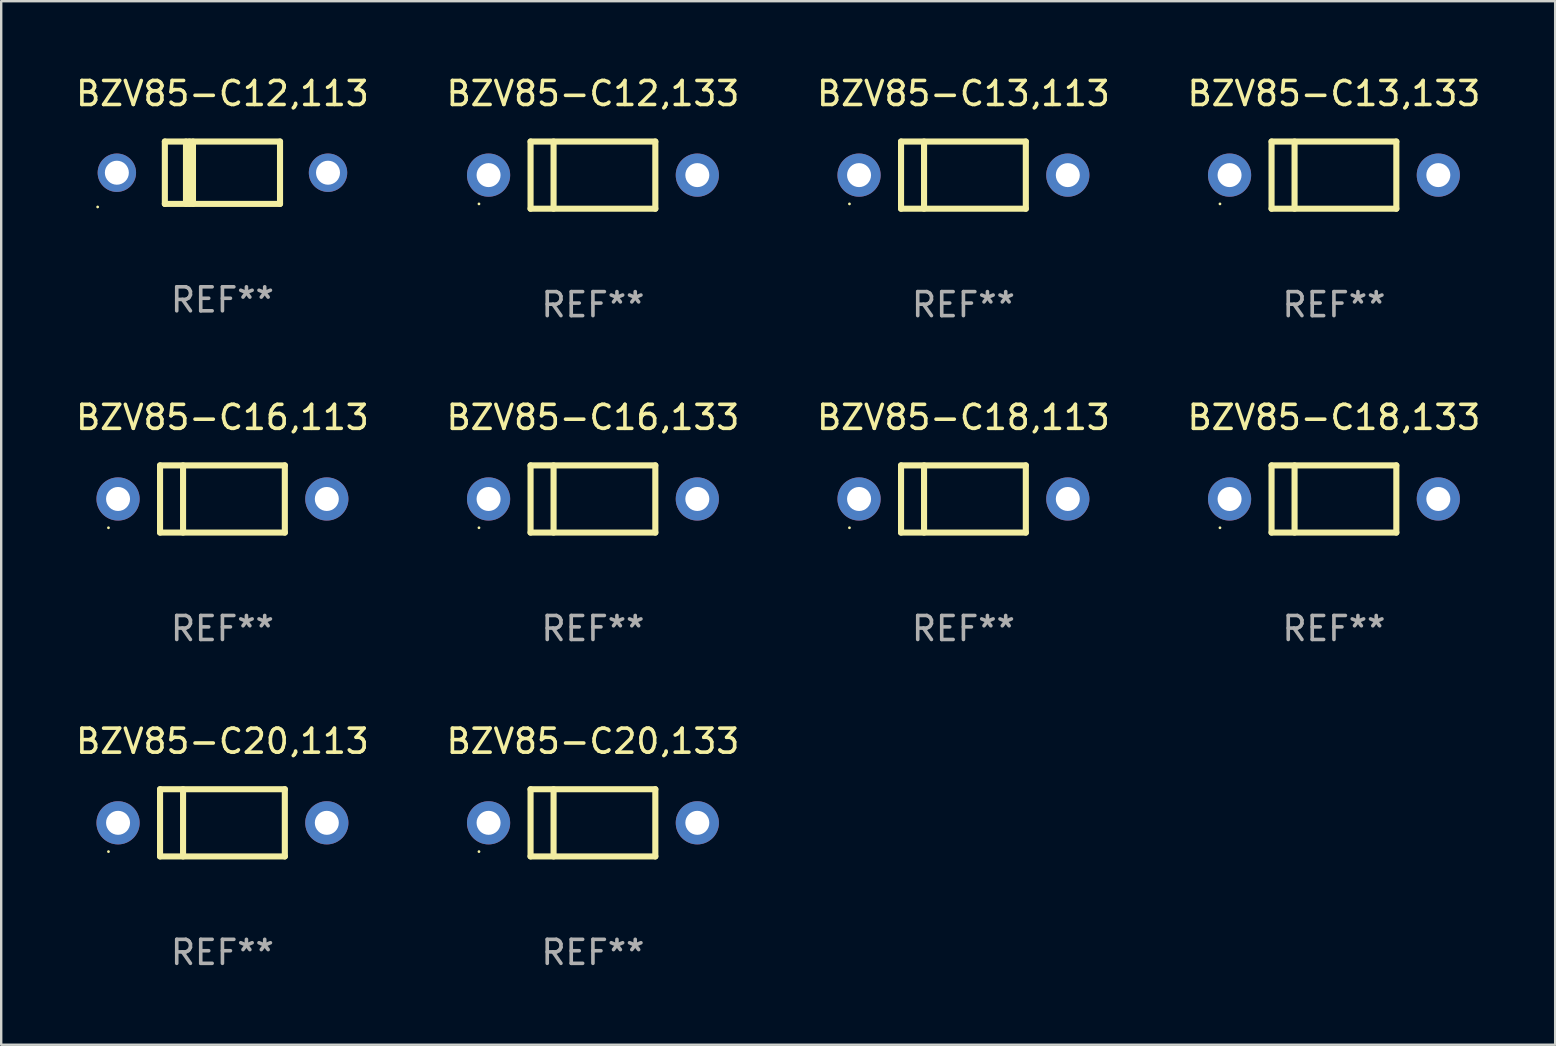
<source format=kicad_pcb>
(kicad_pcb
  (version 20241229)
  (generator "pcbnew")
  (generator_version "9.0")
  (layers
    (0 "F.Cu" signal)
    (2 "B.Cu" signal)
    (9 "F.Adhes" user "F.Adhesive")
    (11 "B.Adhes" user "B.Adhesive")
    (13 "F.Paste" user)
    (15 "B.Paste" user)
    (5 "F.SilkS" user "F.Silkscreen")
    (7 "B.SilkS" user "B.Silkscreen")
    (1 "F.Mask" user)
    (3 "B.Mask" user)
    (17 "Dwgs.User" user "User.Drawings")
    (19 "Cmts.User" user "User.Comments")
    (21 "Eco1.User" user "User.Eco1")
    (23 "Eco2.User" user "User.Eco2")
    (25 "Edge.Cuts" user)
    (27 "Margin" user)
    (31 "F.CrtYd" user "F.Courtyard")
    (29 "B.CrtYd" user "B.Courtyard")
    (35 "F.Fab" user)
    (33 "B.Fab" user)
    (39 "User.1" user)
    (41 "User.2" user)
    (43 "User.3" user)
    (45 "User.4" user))
  (footprint "BZV85-C16,113"
    (layer "F.Cu")
    (at 6.22 17.745)
    (property "Reference" "BZV85-C16,113" (at 0 -3.4 0) (layer "F.SilkS") (effects (font (size 1 1) (thickness 0.15))))
    (attr through_hole)
    (fp_line (start -2.6 -1.4) (end -2.6 1.4) (stroke (width 0.254) (type solid)) (layer "F.SilkS"))
    (fp_line (start -2.6 -1.4) (end 2.6 -1.4) (stroke (width 0.254) (type solid)) (layer "F.SilkS"))
    (fp_line (start -2.6 1.4) (end 2.6 1.4) (stroke (width 0.254) (type solid)) (layer "F.SilkS"))
    (fp_line (start -1.641 -1.4) (end -1.641 1.4) (stroke (width 0.254) (type solid)) (layer "F.SilkS"))
    (fp_line (start 2.6 -1.4) (end 2.6 1.4) (stroke (width 0.254) (type solid)) (layer "F.SilkS"))
    (fp_circle (center -4.75 1.2) (end -4.72 1.2) (stroke (width 0.06) (type solid)) (fill no) (layer "F.SilkS"))
    (fp_text user "REF**" (at 0 5.4 0) (layer "F.Fab") (effects (font (size 1 1) (thickness 0.15))))
    (pad "1" thru_hole circle (at -4.35 0) (size 1.8 1.8) (drill 1) (layers "*.Cu" "*.Mask"))
    (pad "2" thru_hole circle (at 4.35 0) (size 1.8 1.8) (drill 1) (layers "*.Cu" "*.Mask")))
  (footprint "BZV85-C18,133"
    (layer "F.Cu")
    (at 52.542 17.745)
    (property "Reference" "BZV85-C18,133" (at 0 -3.4 0) (layer "F.SilkS") (effects (font (size 1 1) (thickness 0.15))))
    (attr through_hole)
    (fp_line (start -2.6 -1.4) (end -2.6 1.4) (stroke (width 0.254) (type solid)) (layer "F.SilkS"))
    (fp_line (start -2.6 -1.4) (end 2.6 -1.4) (stroke (width 0.254) (type solid)) (layer "F.SilkS"))
    (fp_line (start -2.6 1.4) (end 2.6 1.4) (stroke (width 0.254) (type solid)) (layer "F.SilkS"))
    (fp_line (start -1.641 -1.4) (end -1.641 1.4) (stroke (width 0.254) (type solid)) (layer "F.SilkS"))
    (fp_line (start 2.6 -1.4) (end 2.6 1.4) (stroke (width 0.254) (type solid)) (layer "F.SilkS"))
    (fp_circle (center -4.75 1.2) (end -4.72 1.2) (stroke (width 0.06) (type solid)) (fill no) (layer "F.SilkS"))
    (fp_text user "REF**" (at 0 5.4 0) (layer "F.Fab") (effects (font (size 1 1) (thickness 0.15))))
    (pad "1" thru_hole circle (at -4.35 0) (size 1.8 1.8) (drill 1) (layers "*.Cu" "*.Mask"))
    (pad "2" thru_hole circle (at 4.35 0) (size 1.8 1.8) (drill 1) (layers "*.Cu" "*.Mask")))
  (footprint "BZV85-C12,133"
    (layer "F.Cu")
    (at 21.661 4.248)
    (property "Reference" "BZV85-C12,133" (at 0 -3.4 0) (layer "F.SilkS") (effects (font (size 1 1) (thickness 0.15))))
    (attr through_hole)
    (fp_line (start -2.6 -1.4) (end -2.6 1.4) (stroke (width 0.254) (type solid)) (layer "F.SilkS"))
    (fp_line (start -2.6 -1.4) (end 2.6 -1.4) (stroke (width 0.254) (type solid)) (layer "F.SilkS"))
    (fp_line (start -2.6 1.4) (end 2.6 1.4) (stroke (width 0.254) (type solid)) (layer "F.SilkS"))
    (fp_line (start -1.641 -1.4) (end -1.641 1.4) (stroke (width 0.254) (type solid)) (layer "F.SilkS"))
    (fp_line (start 2.6 -1.4) (end 2.6 1.4) (stroke (width 0.254) (type solid)) (layer "F.SilkS"))
    (fp_circle (center -4.75 1.2) (end -4.72 1.2) (stroke (width 0.06) (type solid)) (fill no) (layer "F.SilkS"))
    (fp_text user "REF**" (at 0 5.4 0) (layer "F.Fab") (effects (font (size 1 1) (thickness 0.15))))
    (pad "1" thru_hole circle (at -4.35 0) (size 1.8 1.8) (drill 1) (layers "*.Cu" "*.Mask"))
    (pad "2" thru_hole circle (at 4.35 0) (size 1.8 1.8) (drill 1) (layers "*.Cu" "*.Mask")))
  (footprint "BZV85-C12,113"
    (layer "F.Cu")
    (at 6.22 4.148)
    (property "Reference" "BZV85-C12,113" (at 0 -3.3 0) (layer "F.SilkS") (effects (font (size 1 1) (thickness 0.15))))
    (attr through_hole)
    (fp_line (start -2.4 -1.3) (end -2.4 1.3) (stroke (width 0.254) (type solid)) (layer "F.SilkS"))
    (fp_line (start -2.4 -1.3) (end 2.4 -1.3) (stroke (width 0.254) (type solid)) (layer "F.SilkS"))
    (fp_line (start -2.4 1.3) (end 2.4 1.3) (stroke (width 0.254) (type solid)) (layer "F.SilkS"))
    (fp_line (start -1.519 -1.3) (end -1.519 1.3) (stroke (width 0.254) (type solid)) (layer "F.SilkS"))
    (fp_line (start -1.374 -1.3) (end -1.374 1.3) (stroke (width 0.254) (type solid)) (layer "F.SilkS"))
    (fp_line (start -1.228 -1.3) (end -1.228 1.3) (stroke (width 0.254) (type solid)) (layer "F.SilkS"))
    (fp_line (start 2.4 -1.3) (end 2.4 1.3) (stroke (width 0.254) (type solid)) (layer "F.SilkS"))
    (fp_circle (center -5.2 1.427) (end -5.17 1.427) (stroke (width 0.06) (type solid)) (fill no) (layer "F.SilkS"))
    (fp_text user "REF**" (at 0 5.3 0) (layer "F.Fab") (effects (font (size 1 1) (thickness 0.15))))
    (pad "1" thru_hole circle (at -4.4 0.000013) (size 1.6 1.6) (drill 1) (layers "*.Cu" "*.Mask"))
    (pad "2" thru_hole circle (at 4.4 0.000013) (size 1.6 1.6) (drill 1) (layers "*.Cu" "*.Mask")))
  (footprint "BZV85-C18,113"
    (layer "F.Cu")
    (at 37.101 17.745)
    (property "Reference" "BZV85-C18,113" (at 0 -3.4 0) (layer "F.SilkS") (effects (font (size 1 1) (thickness 0.15))))
    (attr through_hole)
    (fp_line (start -2.6 -1.4) (end -2.6 1.4) (stroke (width 0.254) (type solid)) (layer "F.SilkS"))
    (fp_line (start -2.6 -1.4) (end 2.6 -1.4) (stroke (width 0.254) (type solid)) (layer "F.SilkS"))
    (fp_line (start -2.6 1.4) (end 2.6 1.4) (stroke (width 0.254) (type solid)) (layer "F.SilkS"))
    (fp_line (start -1.641 -1.4) (end -1.641 1.4) (stroke (width 0.254) (type solid)) (layer "F.SilkS"))
    (fp_line (start 2.6 -1.4) (end 2.6 1.4) (stroke (width 0.254) (type solid)) (layer "F.SilkS"))
    (fp_circle (center -4.75 1.2) (end -4.72 1.2) (stroke (width 0.06) (type solid)) (fill no) (layer "F.SilkS"))
    (fp_text user "REF**" (at 0 5.4 0) (layer "F.Fab") (effects (font (size 1 1) (thickness 0.15))))
    (pad "1" thru_hole circle (at -4.35 0) (size 1.8 1.8) (drill 1) (layers "*.Cu" "*.Mask"))
    (pad "2" thru_hole circle (at 4.35 0) (size 1.8 1.8) (drill 1) (layers "*.Cu" "*.Mask")))
  (footprint "BZV85-C16,133"
    (layer "F.Cu")
    (at 21.661 17.745)
    (property "Reference" "BZV85-C16,133" (at 0 -3.4 0) (layer "F.SilkS") (effects (font (size 1 1) (thickness 0.15))))
    (attr through_hole)
    (fp_line (start -2.6 -1.4) (end -2.6 1.4) (stroke (width 0.254) (type solid)) (layer "F.SilkS"))
    (fp_line (start -2.6 -1.4) (end 2.6 -1.4) (stroke (width 0.254) (type solid)) (layer "F.SilkS"))
    (fp_line (start -2.6 1.4) (end 2.6 1.4) (stroke (width 0.254) (type solid)) (layer "F.SilkS"))
    (fp_line (start -1.641 -1.4) (end -1.641 1.4) (stroke (width 0.254) (type solid)) (layer "F.SilkS"))
    (fp_line (start 2.6 -1.4) (end 2.6 1.4) (stroke (width 0.254) (type solid)) (layer "F.SilkS"))
    (fp_circle (center -4.75 1.2) (end -4.72 1.2) (stroke (width 0.06) (type solid)) (fill no) (layer "F.SilkS"))
    (fp_text user "REF**" (at 0 5.4 0) (layer "F.Fab") (effects (font (size 1 1) (thickness 0.15))))
    (pad "1" thru_hole circle (at -4.35 0) (size 1.8 1.8) (drill 1) (layers "*.Cu" "*.Mask"))
    (pad "2" thru_hole circle (at 4.35 0) (size 1.8 1.8) (drill 1) (layers "*.Cu" "*.Mask")))
  (footprint "BZV85-C13,113"
    (layer "F.Cu")
    (at 37.101 4.248)
    (property "Reference" "BZV85-C13,113" (at 0 -3.4 0) (layer "F.SilkS") (effects (font (size 1 1) (thickness 0.15))))
    (attr through_hole)
    (fp_line (start -2.6 -1.4) (end -2.6 1.4) (stroke (width 0.254) (type solid)) (layer "F.SilkS"))
    (fp_line (start -2.6 -1.4) (end 2.6 -1.4) (stroke (width 0.254) (type solid)) (layer "F.SilkS"))
    (fp_line (start -2.6 1.4) (end 2.6 1.4) (stroke (width 0.254) (type solid)) (layer "F.SilkS"))
    (fp_line (start -1.641 -1.4) (end -1.641 1.4) (stroke (width 0.254) (type solid)) (layer "F.SilkS"))
    (fp_line (start 2.6 -1.4) (end 2.6 1.4) (stroke (width 0.254) (type solid)) (layer "F.SilkS"))
    (fp_circle (center -4.75 1.2) (end -4.72 1.2) (stroke (width 0.06) (type solid)) (fill no) (layer "F.SilkS"))
    (fp_text user "REF**" (at 0 5.4 0) (layer "F.Fab") (effects (font (size 1 1) (thickness 0.15))))
    (pad "1" thru_hole circle (at -4.35 0) (size 1.8 1.8) (drill 1) (layers "*.Cu" "*.Mask"))
    (pad "2" thru_hole circle (at 4.35 0) (size 1.8 1.8) (drill 1) (layers "*.Cu" "*.Mask")))
  (footprint "BZV85-C20,113"
    (layer "F.Cu")
    (at 6.22 31.241)
    (property "Reference" "BZV85-C20,113" (at 0 -3.4 0) (layer "F.SilkS") (effects (font (size 1 1) (thickness 0.15))))
    (attr through_hole)
    (fp_line (start -2.6 -1.4) (end -2.6 1.4) (stroke (width 0.254) (type solid)) (layer "F.SilkS"))
    (fp_line (start -2.6 -1.4) (end 2.6 -1.4) (stroke (width 0.254) (type solid)) (layer "F.SilkS"))
    (fp_line (start -2.6 1.4) (end 2.6 1.4) (stroke (width 0.254) (type solid)) (layer "F.SilkS"))
    (fp_line (start -1.641 -1.4) (end -1.641 1.4) (stroke (width 0.254) (type solid)) (layer "F.SilkS"))
    (fp_line (start 2.6 -1.4) (end 2.6 1.4) (stroke (width 0.254) (type solid)) (layer "F.SilkS"))
    (fp_circle (center -4.75 1.2) (end -4.72 1.2) (stroke (width 0.06) (type solid)) (fill no) (layer "F.SilkS"))
    (fp_text user "REF**" (at 0 5.4 0) (layer "F.Fab") (effects (font (size 1 1) (thickness 0.15))))
    (pad "1" thru_hole circle (at -4.35 0) (size 1.8 1.8) (drill 1) (layers "*.Cu" "*.Mask"))
    (pad "2" thru_hole circle (at 4.35 0) (size 1.8 1.8) (drill 1) (layers "*.Cu" "*.Mask")))
  (footprint "BZV85-C13,133"
    (layer "F.Cu")
    (at 52.542 4.248)
    (property "Reference" "BZV85-C13,133" (at 0 -3.4 0) (layer "F.SilkS") (effects (font (size 1 1) (thickness 0.15))))
    (attr through_hole)
    (fp_line (start -2.6 -1.4) (end -2.6 1.4) (stroke (width 0.254) (type solid)) (layer "F.SilkS"))
    (fp_line (start -2.6 -1.4) (end 2.6 -1.4) (stroke (width 0.254) (type solid)) (layer "F.SilkS"))
    (fp_line (start -2.6 1.4) (end 2.6 1.4) (stroke (width 0.254) (type solid)) (layer "F.SilkS"))
    (fp_line (start -1.641 -1.4) (end -1.641 1.4) (stroke (width 0.254) (type solid)) (layer "F.SilkS"))
    (fp_line (start 2.6 -1.4) (end 2.6 1.4) (stroke (width 0.254) (type solid)) (layer "F.SilkS"))
    (fp_circle (center -4.75 1.2) (end -4.72 1.2) (stroke (width 0.06) (type solid)) (fill no) (layer "F.SilkS"))
    (fp_text user "REF**" (at 0 5.4 0) (layer "F.Fab") (effects (font (size 1 1) (thickness 0.15))))
    (pad "1" thru_hole circle (at -4.35 0) (size 1.8 1.8) (drill 1) (layers "*.Cu" "*.Mask"))
    (pad "2" thru_hole circle (at 4.35 0) (size 1.8 1.8) (drill 1) (layers "*.Cu" "*.Mask")))
  (footprint "BZV85-C20,133"
    (layer "F.Cu")
    (at 21.661 31.241)
    (property "Reference" "BZV85-C20,133" (at 0 -3.4 0) (layer "F.SilkS") (effects (font (size 1 1) (thickness 0.15))))
    (attr through_hole)
    (fp_line (start -2.6 -1.4) (end -2.6 1.4) (stroke (width 0.254) (type solid)) (layer "F.SilkS"))
    (fp_line (start -2.6 -1.4) (end 2.6 -1.4) (stroke (width 0.254) (type solid)) (layer "F.SilkS"))
    (fp_line (start -2.6 1.4) (end 2.6 1.4) (stroke (width 0.254) (type solid)) (layer "F.SilkS"))
    (fp_line (start -1.641 -1.4) (end -1.641 1.4) (stroke (width 0.254) (type solid)) (layer "F.SilkS"))
    (fp_line (start 2.6 -1.4) (end 2.6 1.4) (stroke (width 0.254) (type solid)) (layer "F.SilkS"))
    (fp_circle (center -4.75 1.2) (end -4.72 1.2) (stroke (width 0.06) (type solid)) (fill no) (layer "F.SilkS"))
    (fp_text user "REF**" (at 0 5.4 0) (layer "F.Fab") (effects (font (size 1 1) (thickness 0.15))))
    (pad "1" thru_hole circle (at -4.35 0) (size 1.8 1.8) (drill 1) (layers "*.Cu" "*.Mask"))
    (pad "2" thru_hole circle (at 4.35 0) (size 1.8 1.8) (drill 1) (layers "*.Cu" "*.Mask")))
  (gr_rect
    (start -3 -3)
    (end 61.762 40.489)
    (stroke (width 0.1) (type default))
    (fill no)
    (layer "Edge.Cuts")))
</source>
